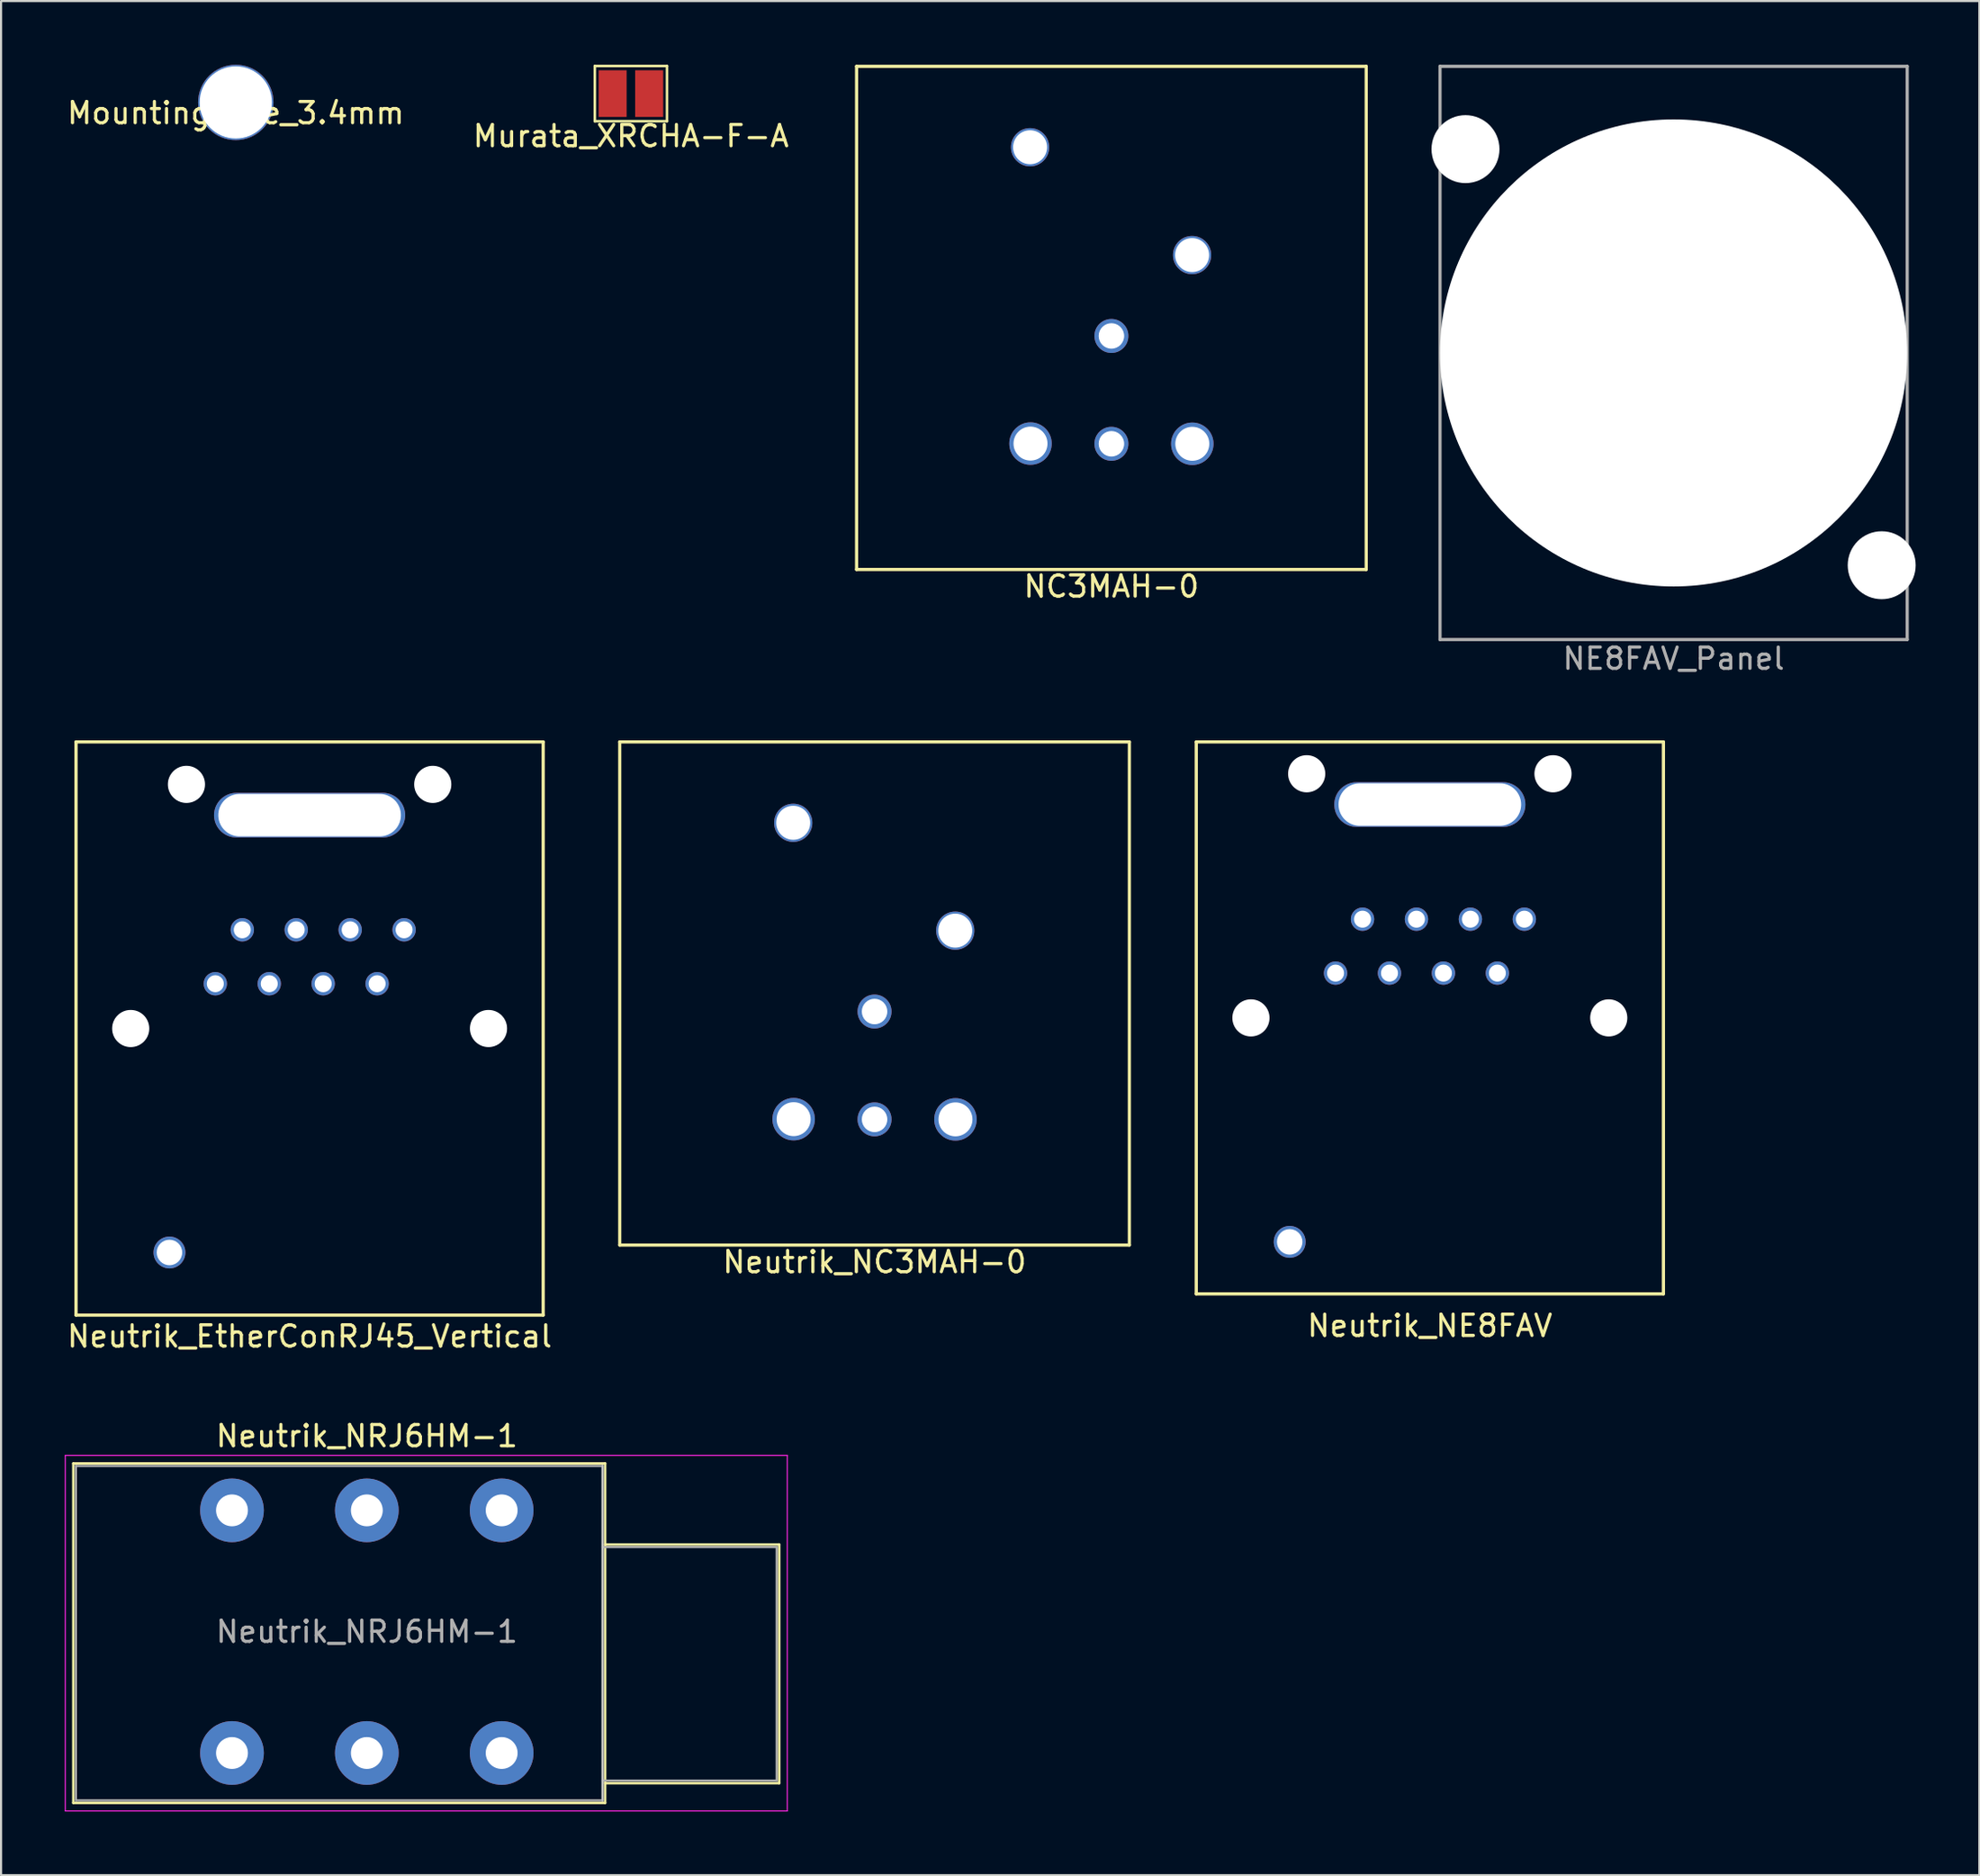
<source format=kicad_pcb>
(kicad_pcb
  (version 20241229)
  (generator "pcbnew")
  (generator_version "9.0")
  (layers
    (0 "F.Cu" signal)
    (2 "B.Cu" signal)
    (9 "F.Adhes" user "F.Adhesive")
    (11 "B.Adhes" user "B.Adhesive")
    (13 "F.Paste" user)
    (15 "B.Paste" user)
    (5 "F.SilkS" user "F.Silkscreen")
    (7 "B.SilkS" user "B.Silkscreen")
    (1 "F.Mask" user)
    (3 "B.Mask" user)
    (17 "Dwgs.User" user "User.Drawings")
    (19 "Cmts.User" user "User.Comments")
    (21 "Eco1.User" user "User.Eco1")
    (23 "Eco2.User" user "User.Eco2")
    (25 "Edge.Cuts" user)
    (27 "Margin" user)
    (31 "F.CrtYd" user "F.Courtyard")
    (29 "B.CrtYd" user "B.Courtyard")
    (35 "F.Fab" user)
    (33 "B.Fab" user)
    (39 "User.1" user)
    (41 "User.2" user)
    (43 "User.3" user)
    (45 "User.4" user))
  (footprint "Neutrik_EtherConRJ45_Vertical"
    (layer "F.Cu")
    (at 11.53 45.398)
    (property "Reference" "Neutrik_EtherConRJ45_Vertical" (at 0 14.5 0) (layer "F.SilkS") (effects (font (size 1 1) (thickness 0.15))))
    (attr through_hole)
    (fp_line (start -11 -13.5) (end -11 13.5) (stroke (width 0.15) (type solid)) (layer "F.SilkS"))
    (fp_line (start -11 13.5) (end 11 13.5) (stroke (width 0.15) (type solid)) (layer "F.SilkS"))
    (fp_line (start 11 -13.5) (end -11 -13.5) (stroke (width 0.15) (type solid)) (layer "F.SilkS"))
    (fp_line (start 11 13.5) (end 11 -13.5) (stroke (width 0.15) (type solid)) (layer "F.SilkS"))
    (pad "" np_thru_hole circle (at -8.425 0) (size 1.75 1.75) (drill 1.75) (layers "*.Cu" "*.Mask"))
    (pad "" np_thru_hole circle (at -5.8 -11.5) (size 1.75 1.75) (drill 1.75) (layers "*.Cu" "*.Mask"))
    (pad "" np_thru_hole oval (at 0 -10.05) (size 9 2.1) (drill oval 8.6 2) (layers "*.Cu" "*.Mask"))
    (pad "" np_thru_hole circle (at 5.8 -11.5) (size 1.75 1.75) (drill 1.75) (layers "*.Cu" "*.Mask"))
    (pad "" np_thru_hole circle (at 8.425 0) (size 1.75 1.75) (drill 1.75) (layers "*.Cu" "*.Mask"))
    (pad "1" thru_hole circle (at -4.44 -2.11) (size 1.1 1.1) (drill 0.8) (layers "*.Cu" "*.Mask"))
    (pad "2" thru_hole circle (at -3.17 -4.65) (size 1.1 1.1) (drill 0.8) (layers "*.Cu" "*.Mask"))
    (pad "3" thru_hole circle (at -1.9 -2.11) (size 1.1 1.1) (drill 0.8) (layers "*.Cu" "*.Mask"))
    (pad "4" thru_hole circle (at -0.63 -4.65) (size 1.1 1.1) (drill 0.8) (layers "*.Cu" "*.Mask"))
    (pad "5" thru_hole circle (at 0.64 -2.11) (size 1.1 1.1) (drill 0.8) (layers "*.Cu" "*.Mask"))
    (pad "6" thru_hole circle (at 1.91 -4.65) (size 1.1 1.1) (drill 0.8) (layers "*.Cu" "*.Mask"))
    (pad "7" thru_hole circle (at 3.18 -2.11) (size 1.1 1.1) (drill 0.8) (layers "*.Cu" "*.Mask"))
    (pad "8" thru_hole circle (at 4.45 -4.65) (size 1.1 1.1) (drill 0.8) (layers "*.Cu" "*.Mask"))
    (pad "9" thru_hole circle (at -6.6 10.55) (size 1.5 1.5) (drill 1.2) (layers "*.Cu" "*.Mask")))
  (footprint "Neutrik_NRJ6HM-1"
    (layer "F.Cu")
    (at 7.875 68.095)
    (property "Reference" "Neutrik_NRJ6HM-1" (at 6.35 -3.5 0) (layer "F.SilkS") (effects (font (size 1 1) (thickness 0.15))))
    (attr through_hole)
    (fp_line (start -7.47 -2.21) (end 17.57 -2.21) (stroke (width 0.12) (type solid)) (layer "F.SilkS"))
    (fp_line (start -7.47 13.78) (end -7.47 -2.21) (stroke (width 0.12) (type solid)) (layer "F.SilkS"))
    (fp_line (start -7.47 13.78) (end 17.57 13.78) (stroke (width 0.12) (type solid)) (layer "F.SilkS"))
    (fp_line (start 17.57 -2.21) (end 17.57 13.78) (stroke (width 0.12) (type solid)) (layer "F.SilkS"))
    (fp_line (start 25.77 1.61) (end 17.57 1.61) (stroke (width 0.12) (type solid)) (layer "F.SilkS"))
    (fp_line (start 25.77 12.85) (end 17.57 12.85) (stroke (width 0.12) (type solid)) (layer "F.SilkS"))
    (fp_line (start 25.77 12.85) (end 25.77 1.61) (stroke (width 0.12) (type solid)) (layer "F.SilkS"))
    (fp_line (start 17.45 -2.09) (end 17.45 13.66) (stroke (width 0.1) (type solid)) (layer "Dwgs.User"))
    (fp_line (start -7.85 14.16) (end -7.85 -2.59) (stroke (width 0.05) (type solid)) (layer "F.CrtYd"))
    (fp_line (start -7.85 14.16) (end 26.15 14.16) (stroke (width 0.05) (type solid)) (layer "F.CrtYd"))
    (fp_line (start 26.15 -2.59) (end -7.85 -2.59) (stroke (width 0.05) (type solid)) (layer "F.CrtYd"))
    (fp_line (start 26.15 14.16) (end 26.15 -2.59) (stroke (width 0.05) (type solid)) (layer "F.CrtYd"))
    (fp_line (start -7.35 -2.09) (end 17.45 -2.09) (stroke (width 0.1) (type solid)) (layer "F.Fab"))
    (fp_line (start -7.35 13.66) (end -7.35 -2.09) (stroke (width 0.1) (type solid)) (layer "F.Fab"))
    (fp_line (start 17.45 -2.09) (end 17.45 13.66) (stroke (width 0.1) (type solid)) (layer "F.Fab"))
    (fp_line (start 17.45 12.73) (end 25.65 12.73) (stroke (width 0.1) (type solid)) (layer "F.Fab"))
    (fp_line (start 17.45 13.66) (end -7.35 13.66) (stroke (width 0.1) (type solid)) (layer "F.Fab"))
    (fp_line (start 25.65 1.73) (end 17.45 1.73) (stroke (width 0.1) (type solid)) (layer "F.Fab"))
    (fp_line (start 25.65 12.73) (end 25.65 1.73) (stroke (width 0.1) (type solid)) (layer "F.Fab"))
    (fp_text user "${REFERENCE}" (at 6.35 5.715 0) (layer "F.Fab") (effects (font (size 1 1) (thickness 0.15))))
    (pad "R" thru_hole circle (at 6.35 0) (size 3 3) (drill 1.5) (layers "*.Cu" "*.Mask"))
    (pad "RN" thru_hole circle (at 6.35 11.43) (size 3 3) (drill 1.5) (layers "*.Cu" "*.Mask"))
    (pad "S" thru_hole circle (at 12.7 0) (size 3 3) (drill 1.5) (layers "*.Cu" "*.Mask"))
    (pad "SN" thru_hole circle (at 12.7 11.43) (size 3 3) (drill 1.5) (layers "*.Cu" "*.Mask"))
    (pad "T" thru_hole circle (at 0 0) (size 3 3) (drill 1.5) (layers "*.Cu" "*.Mask"))
    (pad "TN" thru_hole circle (at 0 11.43) (size 3 3) (drill 1.5) (layers "*.Cu" "*.Mask")))
  (footprint "Murata_XRCHA-F-A"
    (layer "F.Cu")
    (at 26.661 1.36)
    (property "Reference" "Murata_XRCHA-F-A" (at 0 2 0) (layer "F.SilkS") (effects (font (size 1 1) (thickness 0.15))))
    (attr through_hole)
    (fp_line (start -1.7 -1.3) (end 1.7 -1.3) (stroke (width 0.12) (type solid)) (layer "F.SilkS"))
    (fp_line (start -1.7 1.3) (end -1.7 -1.3) (stroke (width 0.12) (type solid)) (layer "F.SilkS"))
    (fp_line (start 1.7 -1.3) (end 1.7 1.3) (stroke (width 0.12) (type solid)) (layer "F.SilkS"))
    (fp_line (start 1.7 1.3) (end -1.7 1.3) (stroke (width 0.12) (type solid)) (layer "F.SilkS"))
    (pad "1" smd rect (at -0.86 0) (size 1.32 2.2) (layers "F.Cu" "F.Mask" "F.Paste"))
    (pad "2" smd rect (at 0.86 0) (size 1.32 2.2) (layers "F.Cu" "F.Mask" "F.Paste")))
  (footprint "Neutrik_NC3MAH-0"
    (layer "F.Cu")
    (at 38.135 44.598)
    (property "Reference" "Neutrik_NC3MAH-0" (at 0 11.8 0) (layer "F.SilkS") (effects (font (size 1 1) (thickness 0.15))))
    (attr through_hole)
    (fp_line (start -12 -12.7) (end -12 11) (stroke (width 0.15) (type solid)) (layer "F.SilkS"))
    (fp_line (start -12 11) (end 12 11) (stroke (width 0.15) (type solid)) (layer "F.SilkS"))
    (fp_line (start 12 -12.7) (end -12 -12.7) (stroke (width 0.15) (type solid)) (layer "F.SilkS"))
    (fp_line (start 12 11) (end 12 -12.7) (stroke (width 0.15) (type solid)) (layer "F.SilkS"))
    (pad "" np_thru_hole circle (at -3.83 -8.89) (size 1.8 1.8) (drill 1.6) (layers "*.Cu" "*.Mask"))
    (pad "" np_thru_hole circle (at 3.8 -3.81) (size 1.8 1.8) (drill 1.6) (layers "*.Cu" "*.Mask"))
    (pad "1" thru_hole circle (at 3.81 5.08) (size 2 2) (drill 1.6) (layers "*.Cu" "*.Mask"))
    (pad "2" thru_hole circle (at -3.81 5.07) (size 2 2) (drill 1.6) (layers "*.Cu" "*.Mask"))
    (pad "3" thru_hole circle (at 0 5.08) (size 1.6 1.6) (drill 1.2) (layers "*.Cu" "*.Mask"))
    (pad "G" thru_hole circle (at 0 0) (size 1.6 1.6) (drill 1.2) (layers "*.Cu" "*.Mask")))
  (footprint "Neutrik_NE8FAV"
    (layer "F.Cu")
    (at 64.285 44.898)
    (property "Reference" "Neutrik_NE8FAV" (at 0 14.5 0) (layer "F.SilkS") (effects (font (size 1 1) (thickness 0.15))))
    (attr through_hole)
    (fp_line (start -11 -13) (end -11 13) (stroke (width 0.15) (type solid)) (layer "F.SilkS"))
    (fp_line (start -11 13) (end 11 13) (stroke (width 0.15) (type solid)) (layer "F.SilkS"))
    (fp_line (start 11 -13) (end -11 -13) (stroke (width 0.15) (type solid)) (layer "F.SilkS"))
    (fp_line (start 11 13) (end 11 -13) (stroke (width 0.15) (type solid)) (layer "F.SilkS"))
    (pad "" np_thru_hole circle (at -8.425 0) (size 1.75 1.75) (drill 1.75) (layers "*.Cu" "*.Mask"))
    (pad "" np_thru_hole circle (at -5.8 -11.5) (size 1.75 1.75) (drill 1.75) (layers "*.Cu" "*.Mask"))
    (pad "" np_thru_hole oval (at 0 -10.05) (size 9 2.1) (drill oval 8.6 2) (layers "*.Cu" "*.Mask"))
    (pad "" np_thru_hole circle (at 5.8 -11.5) (size 1.75 1.75) (drill 1.75) (layers "*.Cu" "*.Mask"))
    (pad "" np_thru_hole circle (at 8.425 0) (size 1.75 1.75) (drill 1.75) (layers "*.Cu" "*.Mask"))
    (pad "1" thru_hole circle (at -4.44 -2.11) (size 1.1 1.1) (drill 0.8) (layers "*.Cu" "*.Mask"))
    (pad "2" thru_hole circle (at -3.17 -4.65) (size 1.1 1.1) (drill 0.8) (layers "*.Cu" "*.Mask"))
    (pad "3" thru_hole circle (at -1.9 -2.11) (size 1.1 1.1) (drill 0.8) (layers "*.Cu" "*.Mask"))
    (pad "4" thru_hole circle (at -0.63 -4.65) (size 1.1 1.1) (drill 0.8) (layers "*.Cu" "*.Mask"))
    (pad "5" thru_hole circle (at 0.64 -2.11) (size 1.1 1.1) (drill 0.8) (layers "*.Cu" "*.Mask"))
    (pad "6" thru_hole circle (at 1.91 -4.65) (size 1.1 1.1) (drill 0.8) (layers "*.Cu" "*.Mask"))
    (pad "7" thru_hole circle (at 3.18 -2.11) (size 1.1 1.1) (drill 0.8) (layers "*.Cu" "*.Mask"))
    (pad "8" thru_hole circle (at 4.45 -4.65) (size 1.1 1.1) (drill 0.8) (layers "*.Cu" "*.Mask"))
    (pad "9" thru_hole circle (at -6.6 10.55) (size 1.5 1.5) (drill 1.2) (layers "*.Cu" "*.Mask")))
  (footprint "NE8FAV_Panel"
    (layer "F.Cu")
    (at 75.764 13.575)
    (property "Reference" "NE8FAV_Panel" (at 0 14.4 0) (layer "F.Fab") (effects (font (size 1 1) (thickness 0.15))))
    (attr through_hole)
    (fp_line (start -11 -13.5) (end -11 13.5) (stroke (width 0.15) (type solid)) (layer "F.Fab"))
    (fp_line (start -11 13.5) (end 11 13.5) (stroke (width 0.15) (type solid)) (layer "F.Fab"))
    (fp_line (start 11 -13.5) (end -11 -13.5) (stroke (width 0.15) (type solid)) (layer "F.Fab"))
    (fp_line (start 11 13.5) (end 11 -13.5) (stroke (width 0.15) (type solid)) (layer "F.Fab"))
    (pad "" np_thru_hole circle (at -9.8 -9.6) (size 3.2 3.2) (drill 3.2) (layers "*.Cu" "*.Mask"))
    (pad "" np_thru_hole circle (at -8.425 0) (size 1.75 1.75) (drill 1.75) (layers "*.Cu" "*.Mask"))
    (pad "" np_thru_hole circle (at 0 0) (size 22 22) (drill 22) (layers "*.Cu" "*.Mask"))
    (pad "" np_thru_hole circle (at 8.425 0) (size 1.75 1.75) (drill 1.75) (layers "*.Cu" "*.Mask"))
    (pad "" np_thru_hole circle (at 9.8 10) (size 3.2 3.2) (drill 3.2) (layers "*.Cu" "*.Mask")))
  (footprint "NC3MAH-0"
    (layer "F.Cu")
    (at 49.289 12.775)
    (property "Reference" "NC3MAH-0" (at 0 11.8 0) (layer "F.SilkS") (effects (font (size 1 1) (thickness 0.15))))
    (attr through_hole)
    (fp_line (start -12 -12.7) (end -12 11) (stroke (width 0.15) (type solid)) (layer "F.SilkS"))
    (fp_line (start -12 11) (end 12 11) (stroke (width 0.15) (type solid)) (layer "F.SilkS"))
    (fp_line (start 12 -12.7) (end -12 -12.7) (stroke (width 0.15) (type solid)) (layer "F.SilkS"))
    (fp_line (start 12 11) (end 12 -12.7) (stroke (width 0.15) (type solid)) (layer "F.SilkS"))
    (pad "" np_thru_hole circle (at -3.83 -8.89) (size 1.8 1.8) (drill 1.6) (layers "*.Cu" "*.Mask"))
    (pad "" np_thru_hole circle (at 3.8 -3.81) (size 1.8 1.8) (drill 1.6) (layers "*.Cu" "*.Mask"))
    (pad "1" thru_hole circle (at 3.81 5.08) (size 2 2) (drill 1.6) (layers "*.Cu" "*.Mask"))
    (pad "2" thru_hole circle (at -3.81 5.07) (size 2 2) (drill 1.6) (layers "*.Cu" "*.Mask"))
    (pad "3" thru_hole circle (at 0 5.08) (size 1.6 1.6) (drill 1.2) (layers "*.Cu" "*.Mask"))
    (pad "G" thru_hole circle (at 0 0) (size 1.6 1.6) (drill 1.2) (layers "*.Cu" "*.Mask")))
  (footprint "MountingHole_3.4mm"
    (layer "F.Cu")
    (at 8.054 1.775)
    (property "Reference" "MountingHole_3.4mm" (at 0 0.5 0) (layer "F.SilkS") (effects (font (size 1 1) (thickness 0.15))))
    (attr through_hole)
    (pad "1" thru_hole circle (at 0 0) (size 3.55 3.55) (drill 3.4) (layers "*.Cu" "*.Mask")))
  (gr_rect
    (start -3 -3)
    (end 90.164 85.28)
    (stroke (width 0.1) (type default))
    (fill no)
    (layer "Edge.Cuts")))
</source>
